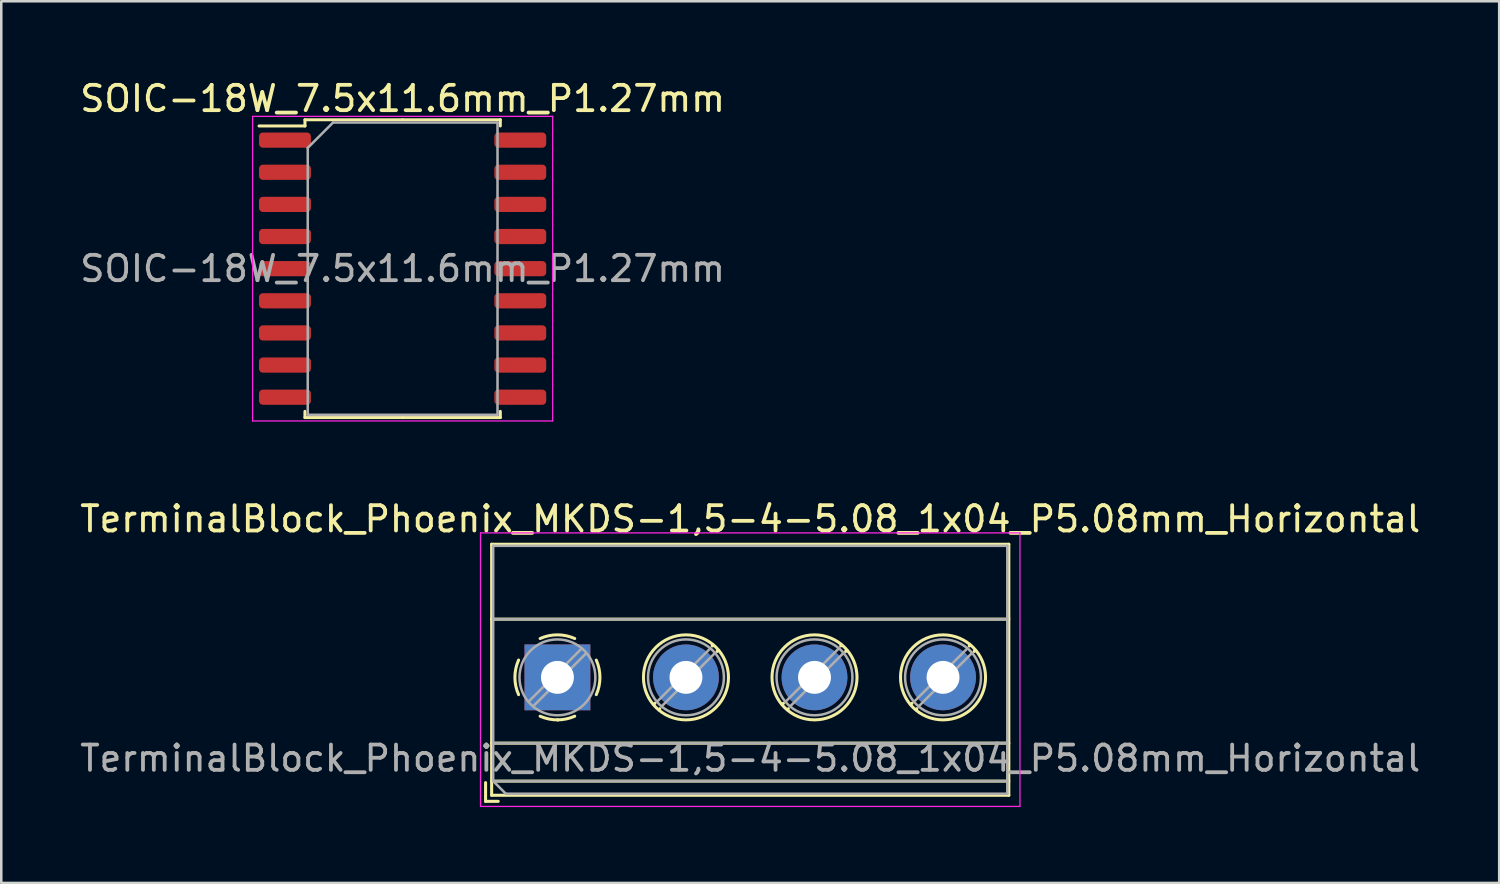
<source format=kicad_pcb>
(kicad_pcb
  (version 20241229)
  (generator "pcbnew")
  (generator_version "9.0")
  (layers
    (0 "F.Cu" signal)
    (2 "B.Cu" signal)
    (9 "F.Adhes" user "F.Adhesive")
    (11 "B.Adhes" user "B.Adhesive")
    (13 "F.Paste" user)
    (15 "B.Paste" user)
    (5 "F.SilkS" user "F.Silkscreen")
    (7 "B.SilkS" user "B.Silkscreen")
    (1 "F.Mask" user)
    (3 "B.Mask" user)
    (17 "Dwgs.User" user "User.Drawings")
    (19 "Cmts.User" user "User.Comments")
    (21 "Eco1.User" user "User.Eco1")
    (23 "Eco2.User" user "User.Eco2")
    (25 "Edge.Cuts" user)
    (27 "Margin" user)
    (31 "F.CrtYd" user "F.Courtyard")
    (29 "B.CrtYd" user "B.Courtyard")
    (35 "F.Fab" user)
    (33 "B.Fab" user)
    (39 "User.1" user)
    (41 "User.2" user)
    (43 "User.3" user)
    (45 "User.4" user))
  (footprint "SOIC-18W_7.5x11.6mm_P1.27mm"
    (layer "F.Cu")
    (at 12.863 7.568)
    (property "Reference" "SOIC-18W_7.5x11.6mm_P1.27mm" (at 0 -6.72 0) (layer "F.SilkS") (effects (font (size 1 1) (thickness 0.15))))
    (attr smd)
    (fp_line (start -3.86 -5.885) (end -3.86 -5.64) (stroke (width 0.12) (type solid)) (layer "F.SilkS"))
    (fp_line (start -3.86 -5.64) (end -5.675 -5.64) (stroke (width 0.12) (type solid)) (layer "F.SilkS"))
    (fp_line (start -3.86 5.885) (end -3.86 5.64) (stroke (width 0.12) (type solid)) (layer "F.SilkS"))
    (fp_line (start 0 -5.885) (end -3.86 -5.885) (stroke (width 0.12) (type solid)) (layer "F.SilkS"))
    (fp_line (start 0 -5.885) (end 3.86 -5.885) (stroke (width 0.12) (type solid)) (layer "F.SilkS"))
    (fp_line (start 0 5.885) (end -3.86 5.885) (stroke (width 0.12) (type solid)) (layer "F.SilkS"))
    (fp_line (start 0 5.885) (end 3.86 5.885) (stroke (width 0.12) (type solid)) (layer "F.SilkS"))
    (fp_line (start 3.86 -5.885) (end 3.86 -5.64) (stroke (width 0.12) (type solid)) (layer "F.SilkS"))
    (fp_line (start 3.86 5.885) (end 3.86 5.64) (stroke (width 0.12) (type solid)) (layer "F.SilkS"))
    (fp_line (start -5.93 -6.02) (end -5.93 6.02) (stroke (width 0.05) (type solid)) (layer "F.CrtYd"))
    (fp_line (start -5.93 6.02) (end 5.93 6.02) (stroke (width 0.05) (type solid)) (layer "F.CrtYd"))
    (fp_line (start 5.93 -6.02) (end -5.93 -6.02) (stroke (width 0.05) (type solid)) (layer "F.CrtYd"))
    (fp_line (start 5.93 6.02) (end 5.93 -6.02) (stroke (width 0.05) (type solid)) (layer "F.CrtYd"))
    (fp_line (start -3.75 -4.775) (end -2.75 -5.775) (stroke (width 0.1) (type solid)) (layer "F.Fab"))
    (fp_line (start -3.75 5.775) (end -3.75 -4.775) (stroke (width 0.1) (type solid)) (layer "F.Fab"))
    (fp_line (start -2.75 -5.775) (end 3.75 -5.775) (stroke (width 0.1) (type solid)) (layer "F.Fab"))
    (fp_line (start 3.75 -5.775) (end 3.75 5.775) (stroke (width 0.1) (type solid)) (layer "F.Fab"))
    (fp_line (start 3.75 5.775) (end -3.75 5.775) (stroke (width 0.1) (type solid)) (layer "F.Fab"))
    (fp_text user "${REFERENCE}" (at 0 0 0) (layer "F.Fab") (effects (font (size 1 1) (thickness 0.15))))
    (pad "1" smd roundrect (at -4.65 -5.08) (size 2.05 0.6) (layers "F.Cu" "F.Mask" "F.Paste") (roundrect_rratio 0.25))
    (pad "2" smd roundrect (at -4.65 -3.81) (size 2.05 0.6) (layers "F.Cu" "F.Mask" "F.Paste") (roundrect_rratio 0.25))
    (pad "3" smd roundrect (at -4.65 -2.54) (size 2.05 0.6) (layers "F.Cu" "F.Mask" "F.Paste") (roundrect_rratio 0.25))
    (pad "4" smd roundrect (at -4.65 -1.27) (size 2.05 0.6) (layers "F.Cu" "F.Mask" "F.Paste") (roundrect_rratio 0.25))
    (pad "5" smd roundrect (at -4.65 0) (size 2.05 0.6) (layers "F.Cu" "F.Mask" "F.Paste") (roundrect_rratio 0.25))
    (pad "6" smd roundrect (at -4.65 1.27) (size 2.05 0.6) (layers "F.Cu" "F.Mask" "F.Paste") (roundrect_rratio 0.25))
    (pad "7" smd roundrect (at -4.65 2.54) (size 2.05 0.6) (layers "F.Cu" "F.Mask" "F.Paste") (roundrect_rratio 0.25))
    (pad "8" smd roundrect (at -4.65 3.81) (size 2.05 0.6) (layers "F.Cu" "F.Mask" "F.Paste") (roundrect_rratio 0.25))
    (pad "9" smd roundrect (at -4.65 5.08) (size 2.05 0.6) (layers "F.Cu" "F.Mask" "F.Paste") (roundrect_rratio 0.25))
    (pad "10" smd roundrect (at 4.65 5.08) (size 2.05 0.6) (layers "F.Cu" "F.Mask" "F.Paste") (roundrect_rratio 0.25))
    (pad "11" smd roundrect (at 4.65 3.81) (size 2.05 0.6) (layers "F.Cu" "F.Mask" "F.Paste") (roundrect_rratio 0.25))
    (pad "12" smd roundrect (at 4.65 2.54) (size 2.05 0.6) (layers "F.Cu" "F.Mask" "F.Paste") (roundrect_rratio 0.25))
    (pad "13" smd roundrect (at 4.65 1.27) (size 2.05 0.6) (layers "F.Cu" "F.Mask" "F.Paste") (roundrect_rratio 0.25))
    (pad "14" smd roundrect (at 4.65 0) (size 2.05 0.6) (layers "F.Cu" "F.Mask" "F.Paste") (roundrect_rratio 0.25))
    (pad "15" smd roundrect (at 4.65 -1.27) (size 2.05 0.6) (layers "F.Cu" "F.Mask" "F.Paste") (roundrect_rratio 0.25))
    (pad "16" smd roundrect (at 4.65 -2.54) (size 2.05 0.6) (layers "F.Cu" "F.Mask" "F.Paste") (roundrect_rratio 0.25))
    (pad "17" smd roundrect (at 4.65 -3.81) (size 2.05 0.6) (layers "F.Cu" "F.Mask" "F.Paste") (roundrect_rratio 0.25))
    (pad "18" smd roundrect (at 4.65 -5.08) (size 2.05 0.6) (layers "F.Cu" "F.Mask" "F.Paste") (roundrect_rratio 0.25)))
  (footprint "TerminalBlock_Phoenix_MKDS-1,5-4-5.08_1x04_P5.08mm_Horizontal"
    (layer "F.Cu")
    (at 18.981 23.721)
    (property "Reference" "TerminalBlock_Phoenix_MKDS-1,5-4-5.08_1x04_P5.08mm_Horizontal" (at 7.62 -6.26 0) (layer "F.SilkS") (effects (font (size 1 1) (thickness 0.15))))
    (attr through_hole)
    (fp_line (start -2.84 4.16) (end -2.84 4.9) (stroke (width 0.12) (type solid)) (layer "F.SilkS"))
    (fp_line (start -2.84 4.9) (end -2.34 4.9) (stroke (width 0.12) (type solid)) (layer "F.SilkS"))
    (fp_line (start -2.6 -5.261) (end -2.6 4.66) (stroke (width 0.12) (type solid)) (layer "F.SilkS"))
    (fp_line (start -2.6 -5.261) (end 17.84 -5.261) (stroke (width 0.12) (type solid)) (layer "F.SilkS"))
    (fp_line (start -2.6 -2.301) (end 17.84 -2.301) (stroke (width 0.12) (type solid)) (layer "F.SilkS"))
    (fp_line (start -2.6 2.6) (end 17.84 2.6) (stroke (width 0.12) (type solid)) (layer "F.SilkS"))
    (fp_line (start -2.6 4.1) (end 17.84 4.1) (stroke (width 0.12) (type solid)) (layer "F.SilkS"))
    (fp_line (start -2.6 4.66) (end 17.84 4.66) (stroke (width 0.12) (type solid)) (layer "F.SilkS"))
    (fp_line (start 3.853 1.023) (end 3.806 1.069) (stroke (width 0.12) (type solid)) (layer "F.SilkS"))
    (fp_line (start 4.046 1.239) (end 4.011 1.274) (stroke (width 0.12) (type solid)) (layer "F.SilkS"))
    (fp_line (start 6.15 -1.275) (end 6.115 -1.239) (stroke (width 0.12) (type solid)) (layer "F.SilkS"))
    (fp_line (start 6.355 -1.069) (end 6.308 -1.023) (stroke (width 0.12) (type solid)) (layer "F.SilkS"))
    (fp_line (start 8.933 1.023) (end 8.886 1.069) (stroke (width 0.12) (type solid)) (layer "F.SilkS"))
    (fp_line (start 9.126 1.239) (end 9.091 1.274) (stroke (width 0.12) (type solid)) (layer "F.SilkS"))
    (fp_line (start 11.23 -1.275) (end 11.195 -1.239) (stroke (width 0.12) (type solid)) (layer "F.SilkS"))
    (fp_line (start 11.435 -1.069) (end 11.388 -1.023) (stroke (width 0.12) (type solid)) (layer "F.SilkS"))
    (fp_line (start 14.013 1.023) (end 13.966 1.069) (stroke (width 0.12) (type solid)) (layer "F.SilkS"))
    (fp_line (start 14.206 1.239) (end 14.171 1.274) (stroke (width 0.12) (type solid)) (layer "F.SilkS"))
    (fp_line (start 16.31 -1.275) (end 16.275 -1.239) (stroke (width 0.12) (type solid)) (layer "F.SilkS"))
    (fp_line (start 16.515 -1.069) (end 16.468 -1.023) (stroke (width 0.12) (type solid)) (layer "F.SilkS"))
    (fp_line (start 17.84 -5.261) (end 17.84 4.66) (stroke (width 0.12) (type solid)) (layer "F.SilkS"))
    (fp_arc (start -1.535427 0.683042) (mid -1.680501 -0.000524) (end -1.535 -0.684) (stroke (width 0.12) (type solid)) (layer "F.SilkS"))
    (fp_arc (start -0.683042 -1.535427) (mid 0.000524 -1.680501) (end 0.684 -1.535) (stroke (width 0.12) (type solid)) (layer "F.SilkS"))
    (fp_arc (start 0.028805 1.680253) (mid -0.335551 1.646659) (end -0.684 1.535) (stroke (width 0.12) (type solid)) (layer "F.SilkS"))
    (fp_arc (start 0.683318 1.534756) (mid 0.349292 1.643288) (end 0 1.68) (stroke (width 0.12) (type solid)) (layer "F.SilkS"))
    (fp_arc (start 1.535427 -0.683042) (mid 1.680501 0.000524) (end 1.535 0.684) (stroke (width 0.12) (type solid)) (layer "F.SilkS"))
    (fp_circle (center 5.08 0) (end 6.76 0) (stroke (width 0.12) (type solid)) (fill no) (layer "F.SilkS"))
    (fp_circle (center 10.16 0) (end 11.84 0) (stroke (width 0.12) (type solid)) (fill no) (layer "F.SilkS"))
    (fp_circle (center 15.24 0) (end 16.92 0) (stroke (width 0.12) (type solid)) (fill no) (layer "F.SilkS"))
    (fp_line (start -3.04 -5.71) (end -3.04 5.1) (stroke (width 0.05) (type solid)) (layer "F.CrtYd"))
    (fp_line (start -3.04 5.1) (end 18.28 5.1) (stroke (width 0.05) (type solid)) (layer "F.CrtYd"))
    (fp_line (start 18.28 -5.71) (end -3.04 -5.71) (stroke (width 0.05) (type solid)) (layer "F.CrtYd"))
    (fp_line (start 18.28 5.1) (end 18.28 -5.71) (stroke (width 0.05) (type solid)) (layer "F.CrtYd"))
    (fp_line (start -2.54 -5.2) (end 17.78 -5.2) (stroke (width 0.1) (type solid)) (layer "F.Fab"))
    (fp_line (start -2.54 -2.3) (end 17.78 -2.3) (stroke (width 0.1) (type solid)) (layer "F.Fab"))
    (fp_line (start -2.54 2.6) (end 17.78 2.6) (stroke (width 0.1) (type solid)) (layer "F.Fab"))
    (fp_line (start -2.54 4.1) (end -2.54 -5.2) (stroke (width 0.1) (type solid)) (layer "F.Fab"))
    (fp_line (start -2.54 4.1) (end 17.78 4.1) (stroke (width 0.1) (type solid)) (layer "F.Fab"))
    (fp_line (start -2.04 4.6) (end -2.54 4.1) (stroke (width 0.1) (type solid)) (layer "F.Fab"))
    (fp_line (start 0.955 -1.138) (end -1.138 0.955) (stroke (width 0.1) (type solid)) (layer "F.Fab"))
    (fp_line (start 1.138 -0.955) (end -0.955 1.138) (stroke (width 0.1) (type solid)) (layer "F.Fab"))
    (fp_line (start 6.035 -1.138) (end 3.943 0.955) (stroke (width 0.1) (type solid)) (layer "F.Fab"))
    (fp_line (start 6.218 -0.955) (end 4.126 1.138) (stroke (width 0.1) (type solid)) (layer "F.Fab"))
    (fp_line (start 11.115 -1.138) (end 9.023 0.955) (stroke (width 0.1) (type solid)) (layer "F.Fab"))
    (fp_line (start 11.298 -0.955) (end 9.206 1.138) (stroke (width 0.1) (type solid)) (layer "F.Fab"))
    (fp_line (start 16.195 -1.138) (end 14.103 0.955) (stroke (width 0.1) (type solid)) (layer "F.Fab"))
    (fp_line (start 16.378 -0.955) (end 14.286 1.138) (stroke (width 0.1) (type solid)) (layer "F.Fab"))
    (fp_line (start 17.78 -5.2) (end 17.78 4.6) (stroke (width 0.1) (type solid)) (layer "F.Fab"))
    (fp_line (start 17.78 4.6) (end -2.04 4.6) (stroke (width 0.1) (type solid)) (layer "F.Fab"))
    (fp_circle (center 0 0) (end 1.5 0) (stroke (width 0.1) (type solid)) (fill no) (layer "F.Fab"))
    (fp_circle (center 5.08 0) (end 6.58 0) (stroke (width 0.1) (type solid)) (fill no) (layer "F.Fab"))
    (fp_circle (center 10.16 0) (end 11.66 0) (stroke (width 0.1) (type solid)) (fill no) (layer "F.Fab"))
    (fp_circle (center 15.24 0) (end 16.74 0) (stroke (width 0.1) (type solid)) (fill no) (layer "F.Fab"))
    (fp_text user "${REFERENCE}" (at 7.62 3.2 0) (layer "F.Fab") (effects (font (size 1 1) (thickness 0.15))))
    (pad "1" thru_hole rect (at 0 0) (size 2.6 2.6) (drill 1.3) (layers "*.Cu" "*.Mask"))
    (pad "2" thru_hole circle (at 5.08 0) (size 2.6 2.6) (drill 1.3) (layers "*.Cu" "*.Mask"))
    (pad "3" thru_hole circle (at 10.16 0) (size 2.6 2.6) (drill 1.3) (layers "*.Cu" "*.Mask"))
    (pad "4" thru_hole circle (at 15.24 0) (size 2.6 2.6) (drill 1.3) (layers "*.Cu" "*.Mask")))
  (gr_rect
    (start -3 -3)
    (end 56.202 31.846)
    (stroke (width 0.1) (type default))
    (fill no)
    (layer "Edge.Cuts")))
</source>
